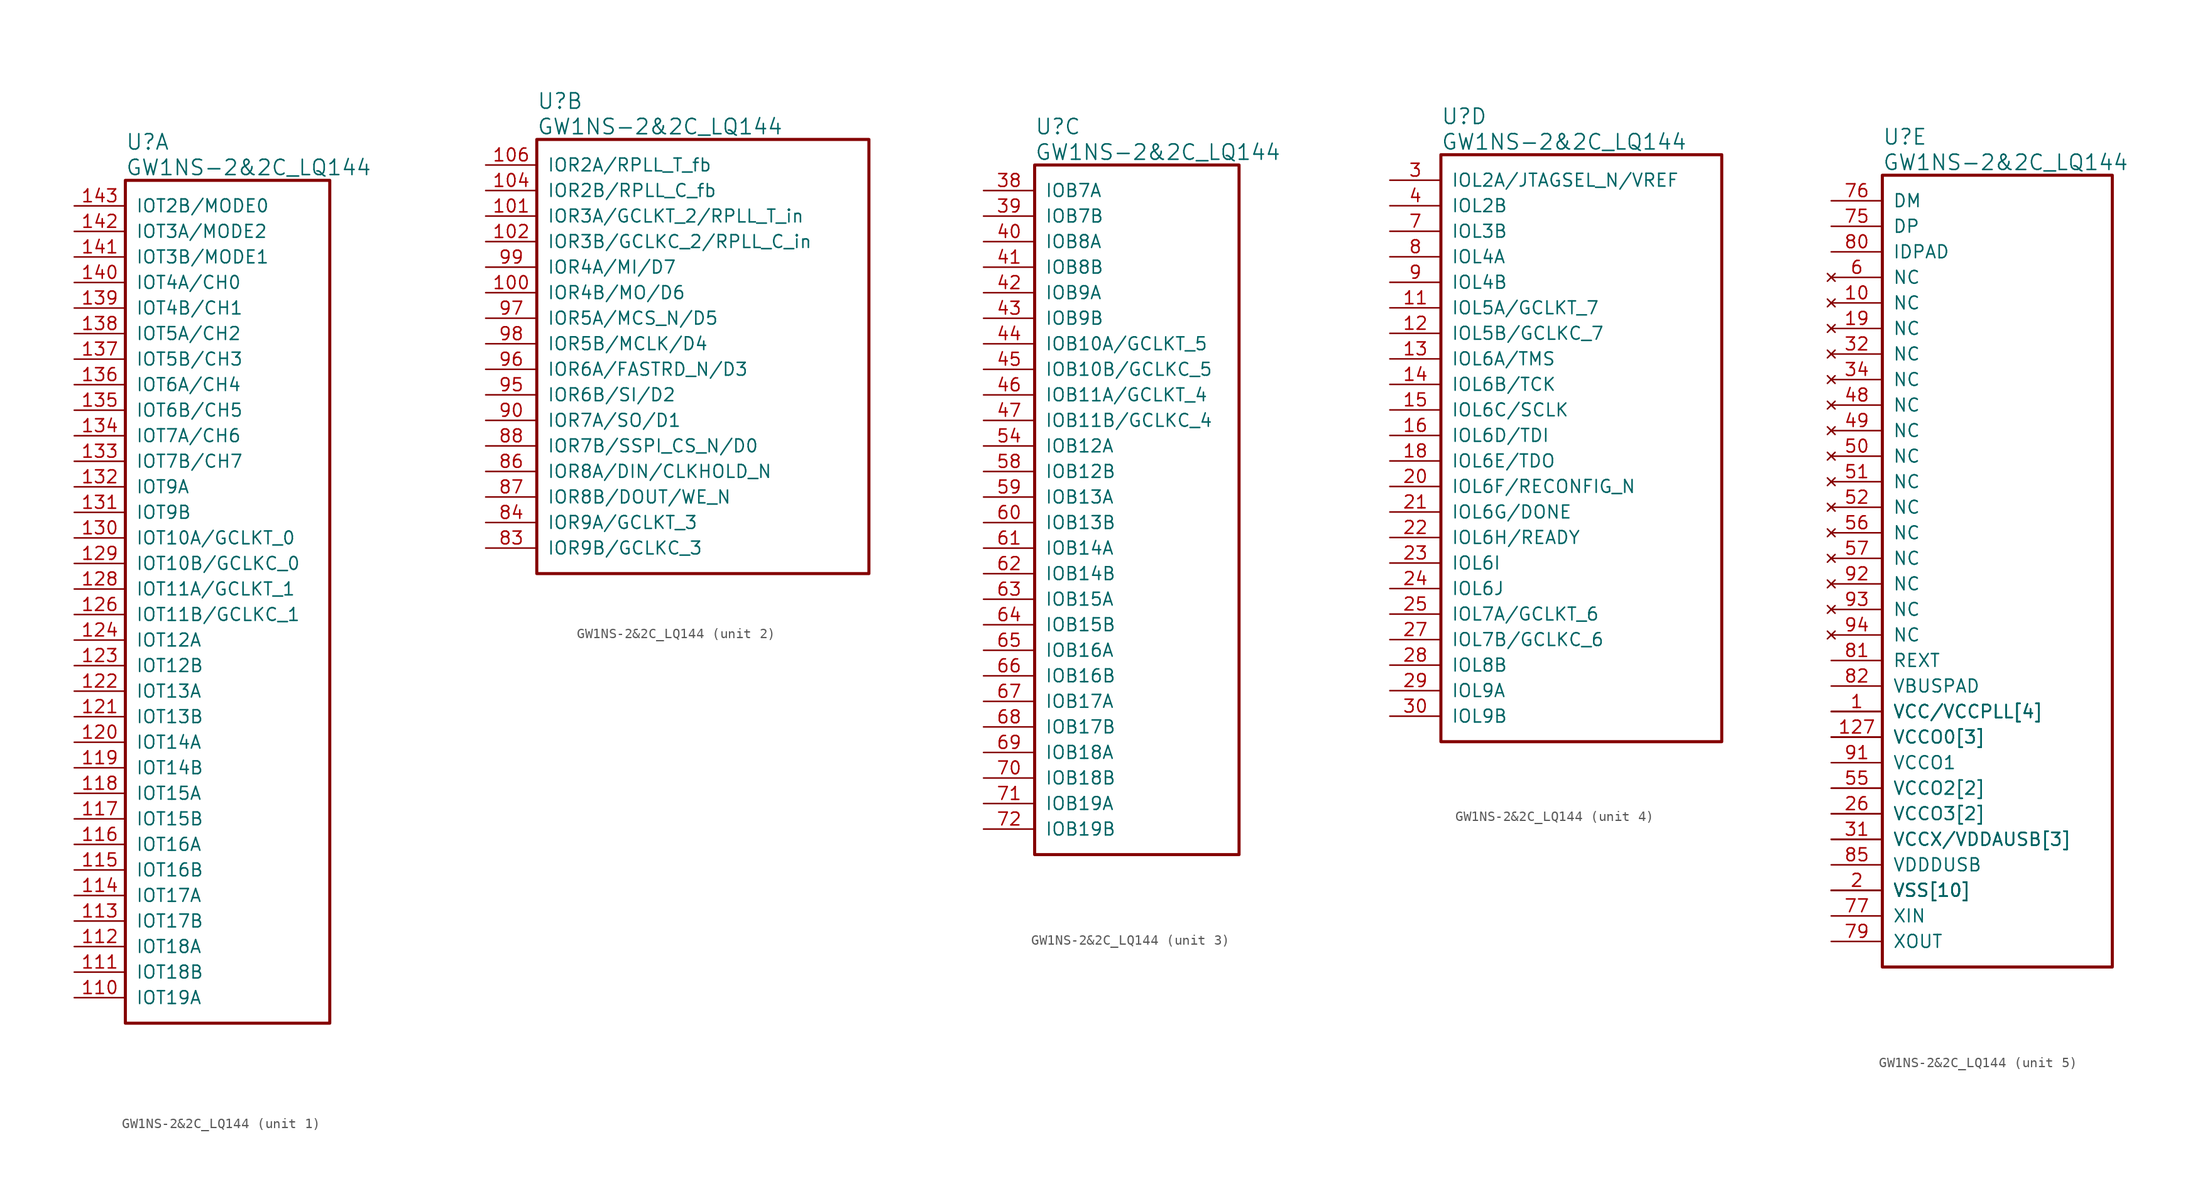
<source format=kicad_sym>
(kicad_symbol_lib
  (version 20220914)
  (generator kicad_symbol_editor)
  (symbol "GW1NS-2&2C_LQ144"
    (pin_names
      (offset 1.016))
    (property "Reference" "U"
      (at 5.08 6.35 0)
      (effects (font (size 1.524 1.524)) (justify left)))
    (property "Value" "GW1NS-2&2C_LQ144"
      (at 5.08 3.81 0)
      (effects (font (size 1.524 1.524)) (justify left)))
    (property "ki_locked" ""
      (at 0 0 0)
      (effects (font (size 1.27 1.27))))
    (symbol "GW1NS-2&2C_LQ144_1_1"
      (rectangle (start 5.08 2.54) (end 25.4 -81.28) (stroke (width 0.305) (type solid)) (fill (type none)))
      (pin bidirectional line (at 0 -78.74 0) (length 5.08) (name "IOT19A" (effects (font (size 1.27 1.27)))) (number "110" (effects (font (size 1.27 1.27)))))
      (pin bidirectional line (at 0 -76.2 0) (length 5.08) (name "IOT18B" (effects (font (size 1.27 1.27)))) (number "111" (effects (font (size 1.27 1.27)))))
      (pin bidirectional line (at 0 -73.66 0) (length 5.08) (name "IOT18A" (effects (font (size 1.27 1.27)))) (number "112" (effects (font (size 1.27 1.27)))))
      (pin bidirectional line (at 0 -71.12 0) (length 5.08) (name "IOT17B" (effects (font (size 1.27 1.27)))) (number "113" (effects (font (size 1.27 1.27)))))
      (pin bidirectional line (at 0 -68.58 0) (length 5.08) (name "IOT17A" (effects (font (size 1.27 1.27)))) (number "114" (effects (font (size 1.27 1.27)))))
      (pin bidirectional line (at 0 -66.04 0) (length 5.08) (name "IOT16B" (effects (font (size 1.27 1.27)))) (number "115" (effects (font (size 1.27 1.27)))))
      (pin bidirectional line (at 0 -63.5 0) (length 5.08) (name "IOT16A" (effects (font (size 1.27 1.27)))) (number "116" (effects (font (size 1.27 1.27)))))
      (pin bidirectional line (at 0 -60.96 0) (length 5.08) (name "IOT15B" (effects (font (size 1.27 1.27)))) (number "117" (effects (font (size 1.27 1.27)))))
      (pin bidirectional line (at 0 -58.42 0) (length 5.08) (name "IOT15A" (effects (font (size 1.27 1.27)))) (number "118" (effects (font (size 1.27 1.27)))))
      (pin bidirectional line (at 0 -55.88 0) (length 5.08) (name "IOT14B" (effects (font (size 1.27 1.27)))) (number "119" (effects (font (size 1.27 1.27)))))
      (pin bidirectional line (at 0 -53.34 0) (length 5.08) (name "IOT14A" (effects (font (size 1.27 1.27)))) (number "120" (effects (font (size 1.27 1.27)))))
      (pin bidirectional line (at 0 -50.8 0) (length 5.08) (name "IOT13B" (effects (font (size 1.27 1.27)))) (number "121" (effects (font (size 1.27 1.27)))))
      (pin bidirectional line (at 0 -48.26 0) (length 5.08) (name "IOT13A" (effects (font (size 1.27 1.27)))) (number "122" (effects (font (size 1.27 1.27)))))
      (pin bidirectional line (at 0 -45.72 0) (length 5.08) (name "IOT12B" (effects (font (size 1.27 1.27)))) (number "123" (effects (font (size 1.27 1.27)))))
      (pin bidirectional line (at 0 -43.18 0) (length 5.08) (name "IOT12A" (effects (font (size 1.27 1.27)))) (number "124" (effects (font (size 1.27 1.27)))))
      (pin bidirectional line (at 0 -40.64 0) (length 5.08) (name "IOT11B/GCLKC_1" (effects (font (size 1.27 1.27)))) (number "126" (effects (font (size 1.27 1.27)))))
      (pin bidirectional line (at 0 -38.1 0) (length 5.08) (name "IOT11A/GCLKT_1" (effects (font (size 1.27 1.27)))) (number "128" (effects (font (size 1.27 1.27)))))
      (pin bidirectional line (at 0 -35.56 0) (length 5.08) (name "IOT10B/GCLKC_0" (effects (font (size 1.27 1.27)))) (number "129" (effects (font (size 1.27 1.27)))))
      (pin bidirectional line (at 0 -33.02 0) (length 5.08) (name "IOT10A/GCLKT_0" (effects (font (size 1.27 1.27)))) (number "130" (effects (font (size 1.27 1.27)))))
      (pin bidirectional line (at 0 -30.48 0) (length 5.08) (name "IOT9B" (effects (font (size 1.27 1.27)))) (number "131" (effects (font (size 1.27 1.27)))))
      (pin bidirectional line (at 0 -27.94 0) (length 5.08) (name "IOT9A" (effects (font (size 1.27 1.27)))) (number "132" (effects (font (size 1.27 1.27)))))
      (pin bidirectional line (at 0 -25.4 0) (length 5.08) (name "IOT7B/CH7" (effects (font (size 1.27 1.27)))) (number "133" (effects (font (size 1.27 1.27)))))
      (pin bidirectional line (at 0 -22.86 0) (length 5.08) (name "IOT7A/CH6" (effects (font (size 1.27 1.27)))) (number "134" (effects (font (size 1.27 1.27)))))
      (pin bidirectional line (at 0 -20.32 0) (length 5.08) (name "IOT6B/CH5" (effects (font (size 1.27 1.27)))) (number "135" (effects (font (size 1.27 1.27)))))
      (pin bidirectional line (at 0 -17.78 0) (length 5.08) (name "IOT6A/CH4" (effects (font (size 1.27 1.27)))) (number "136" (effects (font (size 1.27 1.27)))))
      (pin bidirectional line (at 0 -15.24 0) (length 5.08) (name "IOT5B/CH3" (effects (font (size 1.27 1.27)))) (number "137" (effects (font (size 1.27 1.27)))))
      (pin bidirectional line (at 0 -12.7 0) (length 5.08) (name "IOT5A/CH2" (effects (font (size 1.27 1.27)))) (number "138" (effects (font (size 1.27 1.27)))))
      (pin bidirectional line (at 0 -10.16 0) (length 5.08) (name "IOT4B/CH1" (effects (font (size 1.27 1.27)))) (number "139" (effects (font (size 1.27 1.27)))))
      (pin bidirectional line (at 0 -7.62 0) (length 5.08) (name "IOT4A/CH0" (effects (font (size 1.27 1.27)))) (number "140" (effects (font (size 1.27 1.27)))))
      (pin bidirectional line (at 0 -5.08 0) (length 5.08) (name "IOT3B/MODE1" (effects (font (size 1.27 1.27)))) (number "141" (effects (font (size 1.27 1.27)))))
      (pin bidirectional line (at 0 -2.54 0) (length 5.08) (name "IOT3A/MODE2" (effects (font (size 1.27 1.27)))) (number "142" (effects (font (size 1.27 1.27)))))
      (pin bidirectional line (at 0 0 0) (length 5.08) (name "IOT2B/MODE0" (effects (font (size 1.27 1.27)))) (number "143" (effects (font (size 1.27 1.27))))))
    (symbol "GW1NS-2&2C_LQ144_2_1"
      (rectangle (start 5.08 2.54) (end 38.1 -40.64) (stroke (width 0.305) (type solid)) (fill (type none)))
      (pin bidirectional line (at 0 -12.7 0) (length 5.08) (name "IOR4B/MO/D6" (effects (font (size 1.27 1.27)))) (number "100" (effects (font (size 1.27 1.27)))))
      (pin bidirectional line (at 0 -5.08 0) (length 5.08) (name "IOR3A/GCLKT_2/RPLL_T_in" (effects (font (size 1.27 1.27)))) (number "101" (effects (font (size 1.27 1.27)))))
      (pin bidirectional line (at 0 -7.62 0) (length 5.08) (name "IOR3B/GCLKC_2/RPLL_C_in" (effects (font (size 1.27 1.27)))) (number "102" (effects (font (size 1.27 1.27)))))
      (pin bidirectional line (at 0 -2.54 0) (length 5.08) (name "IOR2B/RPLL_C_fb" (effects (font (size 1.27 1.27)))) (number "104" (effects (font (size 1.27 1.27)))))
      (pin bidirectional line (at 0 0 0) (length 5.08) (name "IOR2A/RPLL_T_fb" (effects (font (size 1.27 1.27)))) (number "106" (effects (font (size 1.27 1.27)))))
      (pin bidirectional line (at 0 -38.1 0) (length 5.08) (name "IOR9B/GCLKC_3" (effects (font (size 1.27 1.27)))) (number "83" (effects (font (size 1.27 1.27)))))
      (pin bidirectional line (at 0 -35.56 0) (length 5.08) (name "IOR9A/GCLKT_3" (effects (font (size 1.27 1.27)))) (number "84" (effects (font (size 1.27 1.27)))))
      (pin bidirectional line (at 0 -30.48 0) (length 5.08) (name "IOR8A/DIN/CLKHOLD_N" (effects (font (size 1.27 1.27)))) (number "86" (effects (font (size 1.27 1.27)))))
      (pin bidirectional line (at 0 -33.02 0) (length 5.08) (name "IOR8B/DOUT/WE_N" (effects (font (size 1.27 1.27)))) (number "87" (effects (font (size 1.27 1.27)))))
      (pin bidirectional line (at 0 -27.94 0) (length 5.08) (name "IOR7B/SSPI_CS_N/D0" (effects (font (size 1.27 1.27)))) (number "88" (effects (font (size 1.27 1.27)))))
      (pin bidirectional line (at 0 -25.4 0) (length 5.08) (name "IOR7A/SO/D1" (effects (font (size 1.27 1.27)))) (number "90" (effects (font (size 1.27 1.27)))))
      (pin bidirectional line (at 0 -22.86 0) (length 5.08) (name "IOR6B/SI/D2" (effects (font (size 1.27 1.27)))) (number "95" (effects (font (size 1.27 1.27)))))
      (pin bidirectional line (at 0 -20.32 0) (length 5.08) (name "IOR6A/FASTRD_N/D3" (effects (font (size 1.27 1.27)))) (number "96" (effects (font (size 1.27 1.27)))))
      (pin bidirectional line (at 0 -15.24 0) (length 5.08) (name "IOR5A/MCS_N/D5" (effects (font (size 1.27 1.27)))) (number "97" (effects (font (size 1.27 1.27)))))
      (pin bidirectional line (at 0 -17.78 0) (length 5.08) (name "IOR5B/MCLK/D4" (effects (font (size 1.27 1.27)))) (number "98" (effects (font (size 1.27 1.27)))))
      (pin bidirectional line (at 0 -10.16 0) (length 5.08) (name "IOR4A/MI/D7" (effects (font (size 1.27 1.27)))) (number "99" (effects (font (size 1.27 1.27))))))
    (symbol "GW1NS-2&2C_LQ144_3_1"
      (rectangle (start 5.08 2.54) (end 25.4 -66.04) (stroke (width 0.305) (type solid)) (fill (type none)))
      (pin bidirectional line (at 0 0 0) (length 5.08) (name "IOB7A" (effects (font (size 1.27 1.27)))) (number "38" (effects (font (size 1.27 1.27)))))
      (pin bidirectional line (at 0 -2.54 0) (length 5.08) (name "IOB7B" (effects (font (size 1.27 1.27)))) (number "39" (effects (font (size 1.27 1.27)))))
      (pin bidirectional line (at 0 -5.08 0) (length 5.08) (name "IOB8A" (effects (font (size 1.27 1.27)))) (number "40" (effects (font (size 1.27 1.27)))))
      (pin bidirectional line (at 0 -7.62 0) (length 5.08) (name "IOB8B" (effects (font (size 1.27 1.27)))) (number "41" (effects (font (size 1.27 1.27)))))
      (pin bidirectional line (at 0 -10.16 0) (length 5.08) (name "IOB9A" (effects (font (size 1.27 1.27)))) (number "42" (effects (font (size 1.27 1.27)))))
      (pin bidirectional line (at 0 -12.7 0) (length 5.08) (name "IOB9B" (effects (font (size 1.27 1.27)))) (number "43" (effects (font (size 1.27 1.27)))))
      (pin bidirectional line (at 0 -15.24 0) (length 5.08) (name "IOB10A/GCLKT_5" (effects (font (size 1.27 1.27)))) (number "44" (effects (font (size 1.27 1.27)))))
      (pin bidirectional line (at 0 -17.78 0) (length 5.08) (name "IOB10B/GCLKC_5" (effects (font (size 1.27 1.27)))) (number "45" (effects (font (size 1.27 1.27)))))
      (pin bidirectional line (at 0 -20.32 0) (length 5.08) (name "IOB11A/GCLKT_4" (effects (font (size 1.27 1.27)))) (number "46" (effects (font (size 1.27 1.27)))))
      (pin bidirectional line (at 0 -22.86 0) (length 5.08) (name "IOB11B/GCLKC_4" (effects (font (size 1.27 1.27)))) (number "47" (effects (font (size 1.27 1.27)))))
      (pin bidirectional line (at 0 -25.4 0) (length 5.08) (name "IOB12A" (effects (font (size 1.27 1.27)))) (number "54" (effects (font (size 1.27 1.27)))))
      (pin bidirectional line (at 0 -27.94 0) (length 5.08) (name "IOB12B" (effects (font (size 1.27 1.27)))) (number "58" (effects (font (size 1.27 1.27)))))
      (pin bidirectional line (at 0 -30.48 0) (length 5.08) (name "IOB13A" (effects (font (size 1.27 1.27)))) (number "59" (effects (font (size 1.27 1.27)))))
      (pin bidirectional line (at 0 -33.02 0) (length 5.08) (name "IOB13B" (effects (font (size 1.27 1.27)))) (number "60" (effects (font (size 1.27 1.27)))))
      (pin bidirectional line (at 0 -35.56 0) (length 5.08) (name "IOB14A" (effects (font (size 1.27 1.27)))) (number "61" (effects (font (size 1.27 1.27)))))
      (pin bidirectional line (at 0 -38.1 0) (length 5.08) (name "IOB14B" (effects (font (size 1.27 1.27)))) (number "62" (effects (font (size 1.27 1.27)))))
      (pin bidirectional line (at 0 -40.64 0) (length 5.08) (name "IOB15A" (effects (font (size 1.27 1.27)))) (number "63" (effects (font (size 1.27 1.27)))))
      (pin bidirectional line (at 0 -43.18 0) (length 5.08) (name "IOB15B" (effects (font (size 1.27 1.27)))) (number "64" (effects (font (size 1.27 1.27)))))
      (pin bidirectional line (at 0 -45.72 0) (length 5.08) (name "IOB16A" (effects (font (size 1.27 1.27)))) (number "65" (effects (font (size 1.27 1.27)))))
      (pin bidirectional line (at 0 -48.26 0) (length 5.08) (name "IOB16B" (effects (font (size 1.27 1.27)))) (number "66" (effects (font (size 1.27 1.27)))))
      (pin bidirectional line (at 0 -50.8 0) (length 5.08) (name "IOB17A" (effects (font (size 1.27 1.27)))) (number "67" (effects (font (size 1.27 1.27)))))
      (pin bidirectional line (at 0 -53.34 0) (length 5.08) (name "IOB17B" (effects (font (size 1.27 1.27)))) (number "68" (effects (font (size 1.27 1.27)))))
      (pin bidirectional line (at 0 -55.88 0) (length 5.08) (name "IOB18A" (effects (font (size 1.27 1.27)))) (number "69" (effects (font (size 1.27 1.27)))))
      (pin bidirectional line (at 0 -58.42 0) (length 5.08) (name "IOB18B" (effects (font (size 1.27 1.27)))) (number "70" (effects (font (size 1.27 1.27)))))
      (pin bidirectional line (at 0 -60.96 0) (length 5.08) (name "IOB19A" (effects (font (size 1.27 1.27)))) (number "71" (effects (font (size 1.27 1.27)))))
      (pin bidirectional line (at 0 -63.5 0) (length 5.08) (name "IOB19B" (effects (font (size 1.27 1.27)))) (number "72" (effects (font (size 1.27 1.27))))))
    (symbol "GW1NS-2&2C_LQ144_4_1"
      (rectangle (start 5.08 2.54) (end 33.02 -55.88) (stroke (width 0.305) (type solid)) (fill (type none)))
      (pin bidirectional line (at 0 -12.7 0) (length 5.08) (name "IOL5A/GCLKT_7" (effects (font (size 1.27 1.27)))) (number "11" (effects (font (size 1.27 1.27)))))
      (pin bidirectional line (at 0 -15.24 0) (length 5.08) (name "IOL5B/GCLKC_7" (effects (font (size 1.27 1.27)))) (number "12" (effects (font (size 1.27 1.27)))))
      (pin bidirectional line (at 0 -17.78 0) (length 5.08) (name "IOL6A/TMS" (effects (font (size 1.27 1.27)))) (number "13" (effects (font (size 1.27 1.27)))))
      (pin bidirectional line (at 0 -20.32 0) (length 5.08) (name "IOL6B/TCK" (effects (font (size 1.27 1.27)))) (number "14" (effects (font (size 1.27 1.27)))))
      (pin bidirectional line (at 0 -22.86 0) (length 5.08) (name "IOL6C/SCLK" (effects (font (size 1.27 1.27)))) (number "15" (effects (font (size 1.27 1.27)))))
      (pin bidirectional line (at 0 -25.4 0) (length 5.08) (name "IOL6D/TDI" (effects (font (size 1.27 1.27)))) (number "16" (effects (font (size 1.27 1.27)))))
      (pin bidirectional line (at 0 -27.94 0) (length 5.08) (name "IOL6E/TDO" (effects (font (size 1.27 1.27)))) (number "18" (effects (font (size 1.27 1.27)))))
      (pin bidirectional line (at 0 -30.48 0) (length 5.08) (name "IOL6F/RECONFIG_N" (effects (font (size 1.27 1.27)))) (number "20" (effects (font (size 1.27 1.27)))))
      (pin bidirectional line (at 0 -33.02 0) (length 5.08) (name "IOL6G/DONE" (effects (font (size 1.27 1.27)))) (number "21" (effects (font (size 1.27 1.27)))))
      (pin bidirectional line (at 0 -35.56 0) (length 5.08) (name "IOL6H/READY" (effects (font (size 1.27 1.27)))) (number "22" (effects (font (size 1.27 1.27)))))
      (pin bidirectional line (at 0 -38.1 0) (length 5.08) (name "IOL6I" (effects (font (size 1.27 1.27)))) (number "23" (effects (font (size 1.27 1.27)))))
      (pin bidirectional line (at 0 -40.64 0) (length 5.08) (name "IOL6J" (effects (font (size 1.27 1.27)))) (number "24" (effects (font (size 1.27 1.27)))))
      (pin bidirectional line (at 0 -43.18 0) (length 5.08) (name "IOL7A/GCLKT_6" (effects (font (size 1.27 1.27)))) (number "25" (effects (font (size 1.27 1.27)))))
      (pin bidirectional line (at 0 -45.72 0) (length 5.08) (name "IOL7B/GCLKC_6" (effects (font (size 1.27 1.27)))) (number "27" (effects (font (size 1.27 1.27)))))
      (pin bidirectional line (at 0 -48.26 0) (length 5.08) (name "IOL8B" (effects (font (size 1.27 1.27)))) (number "28" (effects (font (size 1.27 1.27)))))
      (pin bidirectional line (at 0 -50.8 0) (length 5.08) (name "IOL9A" (effects (font (size 1.27 1.27)))) (number "29" (effects (font (size 1.27 1.27)))))
      (pin bidirectional line (at 0 0 0) (length 5.08) (name "IOL2A/JTAGSEL_N/VREF" (effects (font (size 1.27 1.27)))) (number "3" (effects (font (size 1.27 1.27)))))
      (pin bidirectional line (at 0 -53.34 0) (length 5.08) (name "IOL9B" (effects (font (size 1.27 1.27)))) (number "30" (effects (font (size 1.27 1.27)))))
      (pin bidirectional line (at 0 -2.54 0) (length 5.08) (name "IOL2B" (effects (font (size 1.27 1.27)))) (number "4" (effects (font (size 1.27 1.27)))))
      (pin bidirectional line (at 0 -5.08 0) (length 5.08) (name "IOL3B" (effects (font (size 1.27 1.27)))) (number "7" (effects (font (size 1.27 1.27)))))
      (pin bidirectional line (at 0 -7.62 0) (length 5.08) (name "IOL4A" (effects (font (size 1.27 1.27)))) (number "8" (effects (font (size 1.27 1.27)))))
      (pin bidirectional line (at 0 -10.16 0) (length 5.08) (name "IOL4B" (effects (font (size 1.27 1.27)))) (number "9" (effects (font (size 1.27 1.27))))))
    (symbol "GW1NS-2&2C_LQ144_5_1"
      (rectangle (start 5.08 2.54) (end 27.94 -76.2) (stroke (width 0.305) (type solid)) (fill (type none)))
      (pin power_in line (at 0 -50.8 0) (length 5.08) (name "VCC/VCCPLL[4]" (effects (font (size 1.27 1.27)))) (number "1" (effects (font (size 1.27 1.27)))))
      (pin no_connect line (at 0 -10.16 0) (length 5.08) (name "NC" (effects (font (size 1.27 1.27)))) (number "10" (effects (font (size 1.27 1.27)))))
      (pin power_in line (at 0 -63.5 0) (length 5.08) (name "VCCX/VDDAUSB[3]" (effects (font (size 1.27 1.27)))) (number "103" (effects (font (size 0 0)))))
      (pin power_in line (at 0 -68.58 0) (length 5.08) (name "VSS[10]" (effects (font (size 1.27 1.27)))) (number "105" (effects (font (size 0 0)))))
      (pin power_in line (at 0 -68.58 0) (length 5.08) (name "VSS[10]" (effects (font (size 1.27 1.27)))) (number "107" (effects (font (size 0 0)))))
      (pin power_in line (at 0 -50.8 0) (length 5.08) (name "VCC/VCCPLL[4]" (effects (font (size 1.27 1.27)))) (number "108" (effects (font (size 0 0)))))
      (pin power_in line (at 0 -53.34 0) (length 5.08) (name "VCCO0[3]" (effects (font (size 1.27 1.27)))) (number "109" (effects (font (size 0 0)))))
      (pin power_in line (at 0 -68.58 0) (length 5.08) (name "VSS[10]" (effects (font (size 1.27 1.27)))) (number "125" (effects (font (size 0 0)))))
      (pin power_in line (at 0 -53.34 0) (length 5.08) (name "VCCO0[3]" (effects (font (size 1.27 1.27)))) (number "127" (effects (font (size 1.27 1.27)))))
      (pin power_in line (at 0 -53.34 0) (length 5.08) (name "VCCO0[3]" (effects (font (size 1.27 1.27)))) (number "144" (effects (font (size 0 0)))))
      (pin power_in line (at 0 -68.58 0) (length 5.08) (name "VSS[10]" (effects (font (size 1.27 1.27)))) (number "17" (effects (font (size 0 0)))))
      (pin no_connect line (at 0 -12.7 0) (length 5.08) (name "NC" (effects (font (size 1.27 1.27)))) (number "19" (effects (font (size 1.27 1.27)))))
      (pin power_in line (at 0 -68.58 0) (length 5.08) (name "VSS[10]" (effects (font (size 1.27 1.27)))) (number "2" (effects (font (size 1.27 1.27)))))
      (pin power_in line (at 0 -60.96 0) (length 5.08) (name "VCCO3[2]" (effects (font (size 1.27 1.27)))) (number "26" (effects (font (size 1.27 1.27)))))
      (pin power_in line (at 0 -63.5 0) (length 5.08) (name "VCCX/VDDAUSB[3]" (effects (font (size 1.27 1.27)))) (number "31" (effects (font (size 1.27 1.27)))))
      (pin no_connect line (at 0 -15.24 0) (length 5.08) (name "NC" (effects (font (size 1.27 1.27)))) (number "32" (effects (font (size 1.27 1.27)))))
      (pin power_in line (at 0 -68.58 0) (length 5.08) (name "VSS[10]" (effects (font (size 1.27 1.27)))) (number "33" (effects (font (size 0 0)))))
      (pin no_connect line (at 0 -17.78 0) (length 5.08) (name "NC" (effects (font (size 1.27 1.27)))) (number "34" (effects (font (size 1.27 1.27)))))
      (pin power_in line (at 0 -68.58 0) (length 5.08) (name "VSS[10]" (effects (font (size 1.27 1.27)))) (number "35" (effects (font (size 0 0)))))
      (pin power_in line (at 0 -50.8 0) (length 5.08) (name "VCC/VCCPLL[4]" (effects (font (size 1.27 1.27)))) (number "36" (effects (font (size 0 0)))))
      (pin power_in line (at 0 -58.42 0) (length 5.08) (name "VCCO2[2]" (effects (font (size 1.27 1.27)))) (number "37" (effects (font (size 0 0)))))
      (pin no_connect line (at 0 -20.32 0) (length 5.08) (name "NC" (effects (font (size 1.27 1.27)))) (number "48" (effects (font (size 1.27 1.27)))))
      (pin no_connect line (at 0 -22.86 0) (length 5.08) (name "NC" (effects (font (size 1.27 1.27)))) (number "49" (effects (font (size 1.27 1.27)))))
      (pin power_in line (at 0 -60.96 0) (length 5.08) (name "VCCO3[2]" (effects (font (size 1.27 1.27)))) (number "5" (effects (font (size 0 0)))))
      (pin no_connect line (at 0 -25.4 0) (length 5.08) (name "NC" (effects (font (size 1.27 1.27)))) (number "50" (effects (font (size 1.27 1.27)))))
      (pin no_connect line (at 0 -27.94 0) (length 5.08) (name "NC" (effects (font (size 1.27 1.27)))) (number "51" (effects (font (size 1.27 1.27)))))
      (pin no_connect line (at 0 -30.48 0) (length 5.08) (name "NC" (effects (font (size 1.27 1.27)))) (number "52" (effects (font (size 1.27 1.27)))))
      (pin power_in line (at 0 -68.58 0) (length 5.08) (name "VSS[10]" (effects (font (size 1.27 1.27)))) (number "53" (effects (font (size 0 0)))))
      (pin power_in line (at 0 -58.42 0) (length 5.08) (name "VCCO2[2]" (effects (font (size 1.27 1.27)))) (number "55" (effects (font (size 1.27 1.27)))))
      (pin no_connect line (at 0 -33.02 0) (length 5.08) (name "NC" (effects (font (size 1.27 1.27)))) (number "56" (effects (font (size 1.27 1.27)))))
      (pin no_connect line (at 0 -35.56 0) (length 5.08) (name "NC" (effects (font (size 1.27 1.27)))) (number "57" (effects (font (size 1.27 1.27)))))
      (pin no_connect line (at 0 -7.62 0) (length 5.08) (name "NC" (effects (font (size 1.27 1.27)))) (number "6" (effects (font (size 1.27 1.27)))))
      (pin power_in line (at 0 -50.8 0) (length 5.08) (name "VCC/VCCPLL[4]" (effects (font (size 1.27 1.27)))) (number "73" (effects (font (size 0 0)))))
      (pin power_in line (at 0 -68.58 0) (length 5.08) (name "VSS[10]" (effects (font (size 1.27 1.27)))) (number "74" (effects (font (size 0 0)))))
      (pin power_in line (at 0 -2.54 0) (length 5.08) (name "DP" (effects (font (size 1.27 1.27)))) (number "75" (effects (font (size 1.27 1.27)))))
      (pin power_in line (at 0 0 0) (length 5.08) (name "DM" (effects (font (size 1.27 1.27)))) (number "76" (effects (font (size 1.27 1.27)))))
      (pin power_in line (at 0 -71.12 0) (length 5.08) (name "XIN" (effects (font (size 1.27 1.27)))) (number "77" (effects (font (size 1.27 1.27)))))
      (pin power_in line (at 0 -63.5 0) (length 5.08) (name "VCCX/VDDAUSB[3]" (effects (font (size 1.27 1.27)))) (number "78" (effects (font (size 0 0)))))
      (pin power_in line (at 0 -73.66 0) (length 5.08) (name "XOUT" (effects (font (size 1.27 1.27)))) (number "79" (effects (font (size 1.27 1.27)))))
      (pin power_in line (at 0 -5.08 0) (length 5.08) (name "IDPAD" (effects (font (size 1.27 1.27)))) (number "80" (effects (font (size 1.27 1.27)))))
      (pin power_in line (at 0 -45.72 0) (length 5.08) (name "REXT" (effects (font (size 1.27 1.27)))) (number "81" (effects (font (size 1.27 1.27)))))
      (pin power_in line (at 0 -48.26 0) (length 5.08) (name "VBUSPAD" (effects (font (size 1.27 1.27)))) (number "82" (effects (font (size 1.27 1.27)))))
      (pin power_in line (at 0 -66.04 0) (length 5.08) (name "VDDDUSB" (effects (font (size 1.27 1.27)))) (number "85" (effects (font (size 1.27 1.27)))))
      (pin power_in line (at 0 -68.58 0) (length 5.08) (name "VSS[10]" (effects (font (size 1.27 1.27)))) (number "89" (effects (font (size 0 0)))))
      (pin power_in line (at 0 -55.88 0) (length 5.08) (name "VCCO1" (effects (font (size 1.27 1.27)))) (number "91" (effects (font (size 1.27 1.27)))))
      (pin no_connect line (at 0 -38.1 0) (length 5.08) (name "NC" (effects (font (size 1.27 1.27)))) (number "92" (effects (font (size 1.27 1.27)))))
      (pin no_connect line (at 0 -40.64 0) (length 5.08) (name "NC" (effects (font (size 1.27 1.27)))) (number "93" (effects (font (size 1.27 1.27)))))
      (pin no_connect line (at 0 -43.18 0) (length 5.08) (name "NC" (effects (font (size 1.27 1.27)))) (number "94" (effects (font (size 1.27 1.27))))))))
</source>
